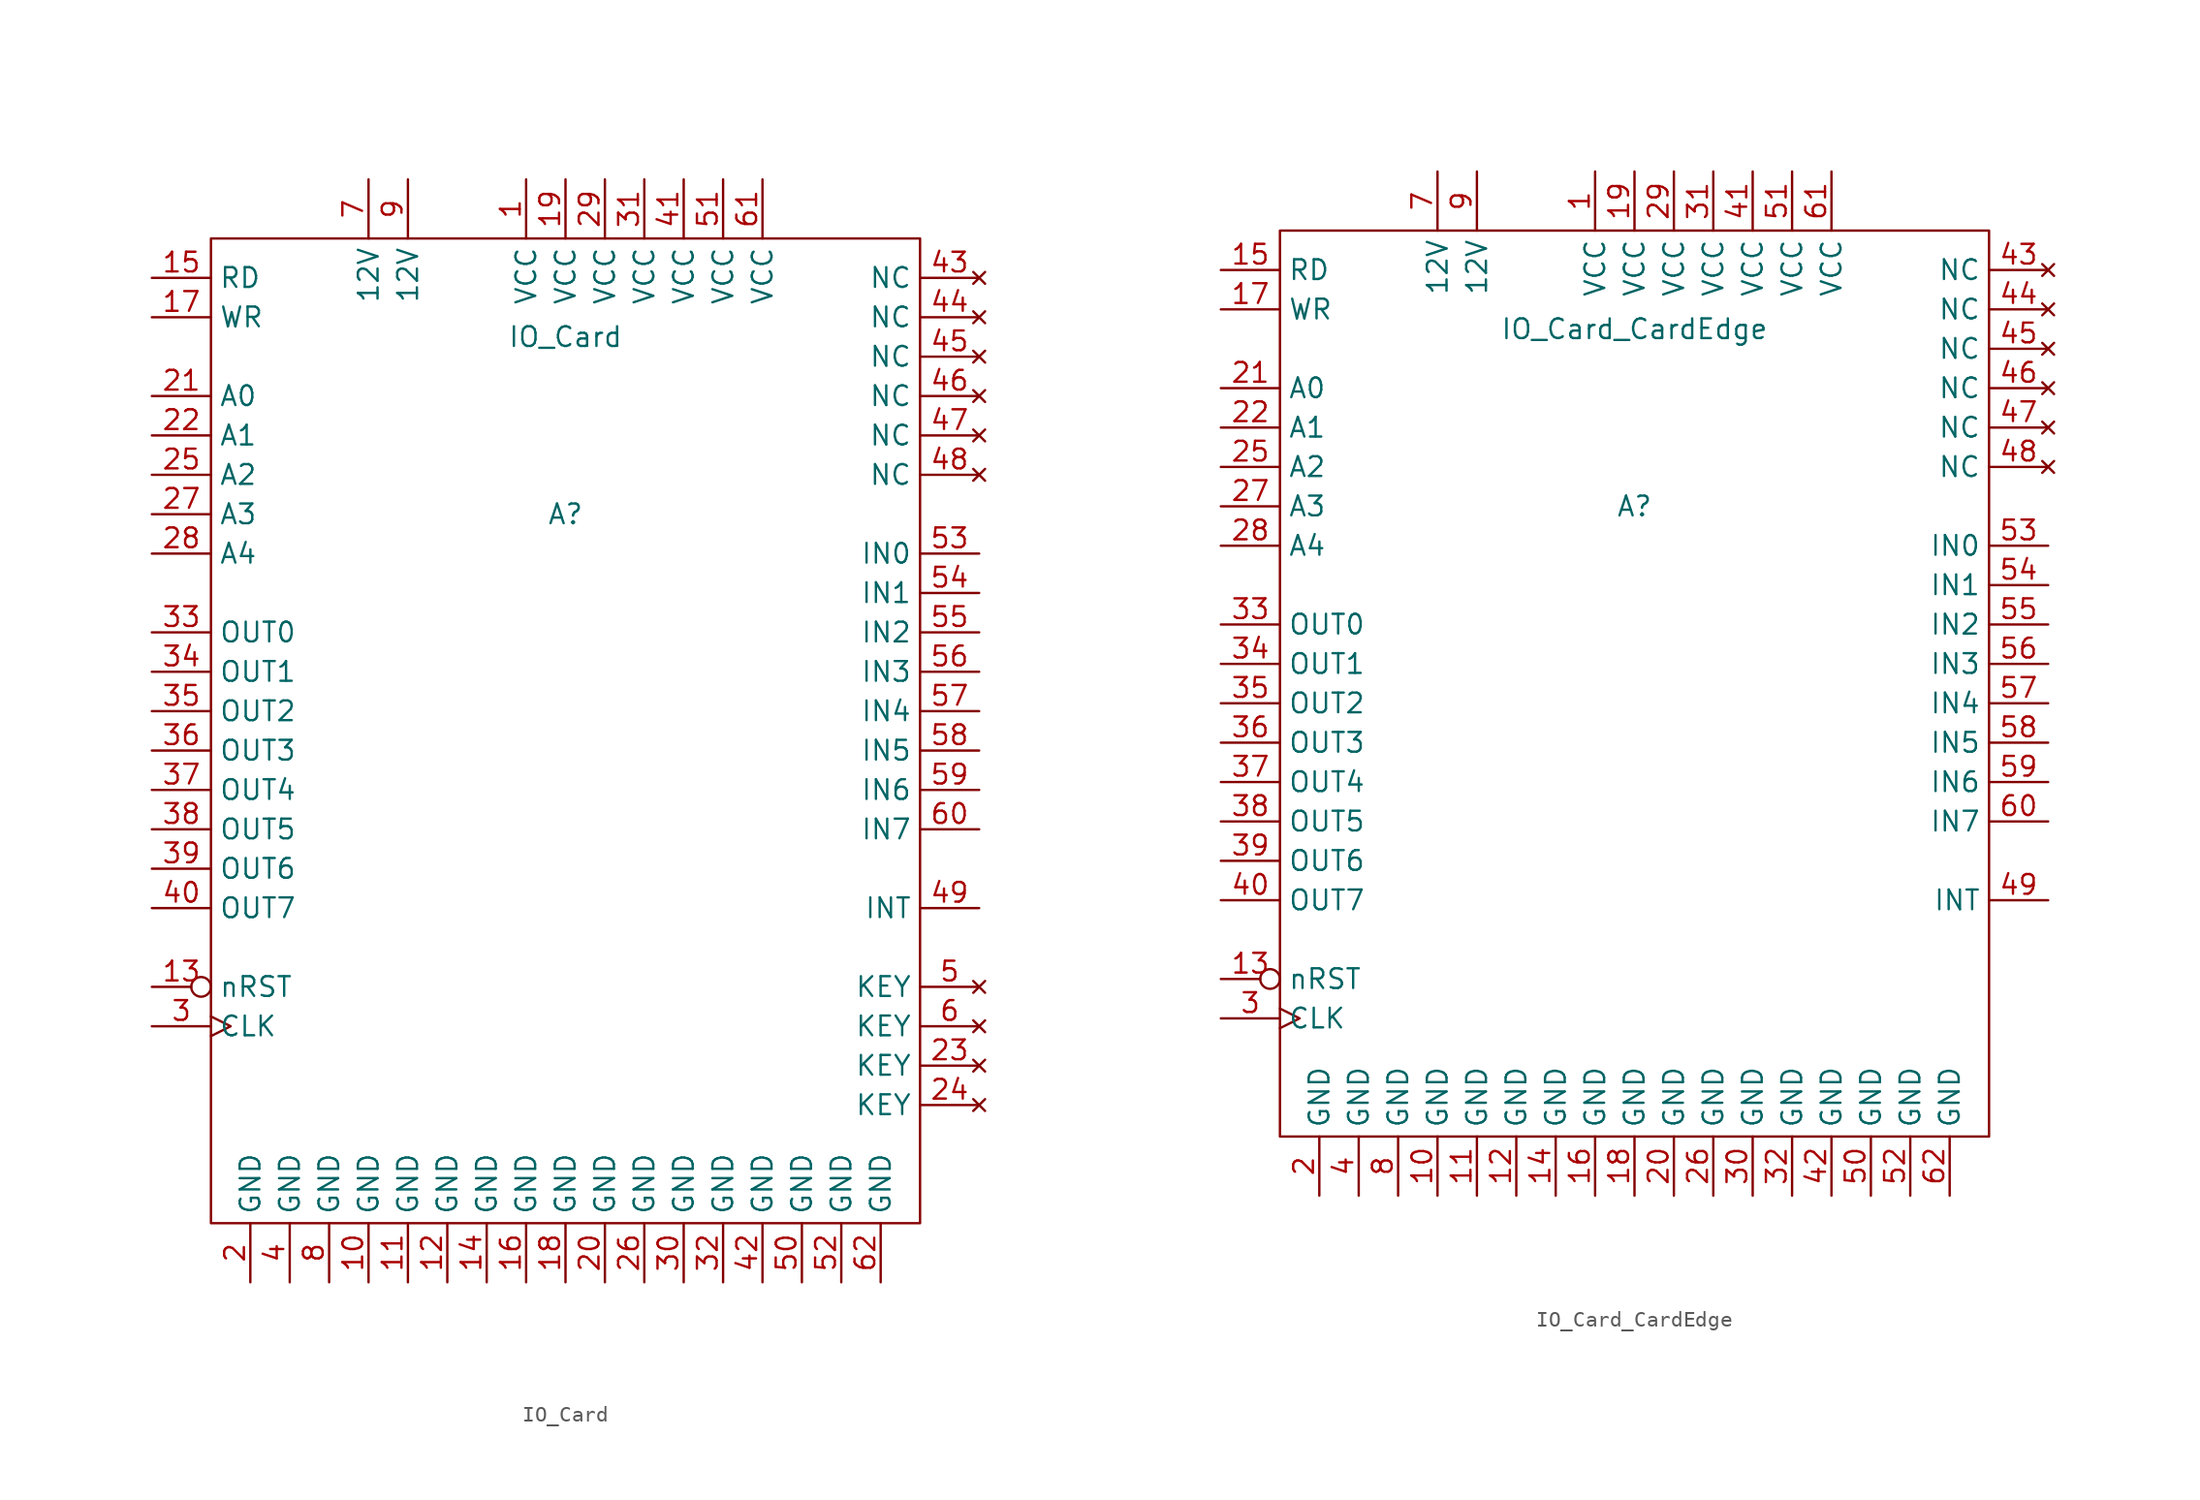
<source format=kicad_sym>
(kicad_symbol_lib
  (version 20231120)
  (generator "kicad_symbol_editor")
  (generator_version "8.0")
  (symbol "IO_Card"
    (property "Reference" "A"
      (at 0 0 0)
      (effects (font (size 1.27 1.27))))
    (property "Value" "IO_Card"
      (at 0 11.43 0)
      (effects (font (size 1.27 1.27))))
    (symbol "IO_Card_0_1"
      (rectangle (start -22.86 17.78) (end 22.86 -45.72) (stroke (width 0) (type default)) (fill (type none))))
    (symbol "IO_Card_1_1"
      (pin power_in line (at -2.54 21.59 270) (length 3.81) (name "VCC" (effects (font (size 1.27 1.27)))) (number "1" (effects (font (size 1.27 1.27)))))
      (pin power_in line (at -12.7 -49.53 90) (length 3.81) (name "GND" (effects (font (size 1.27 1.27)))) (number "10" (effects (font (size 1.27 1.27)))))
      (pin power_in line (at -10.16 -49.53 90) (length 3.81) (name "GND" (effects (font (size 1.27 1.27)))) (number "11" (effects (font (size 1.27 1.27)))))
      (pin power_in line (at -7.62 -49.53 90) (length 3.81) (name "GND" (effects (font (size 1.27 1.27)))) (number "12" (effects (font (size 1.27 1.27)))))
      (pin input inverted (at -26.67 -30.48 0) (length 3.81) (name "nRST" (effects (font (size 1.27 1.27)))) (number "13" (effects (font (size 1.27 1.27)))))
      (pin power_in line (at -5.08 -49.53 90) (length 3.81) (name "GND" (effects (font (size 1.27 1.27)))) (number "14" (effects (font (size 1.27 1.27)))))
      (pin input line (at -26.67 15.24 0) (length 3.81) (name "RD" (effects (font (size 1.27 1.27)))) (number "15" (effects (font (size 1.27 1.27)))))
      (pin power_in line (at -2.54 -49.53 90) (length 3.81) (name "GND" (effects (font (size 1.27 1.27)))) (number "16" (effects (font (size 1.27 1.27)))))
      (pin input line (at -26.67 12.7 0) (length 3.81) (name "WR" (effects (font (size 1.27 1.27)))) (number "17" (effects (font (size 1.27 1.27)))))
      (pin power_in line (at 0 -49.53 90) (length 3.81) (name "GND" (effects (font (size 1.27 1.27)))) (number "18" (effects (font (size 1.27 1.27)))))
      (pin power_in line (at 0 21.59 270) (length 3.81) (name "VCC" (effects (font (size 1.27 1.27)))) (number "19" (effects (font (size 1.27 1.27)))))
      (pin power_in line (at -20.32 -49.53 90) (length 3.81) (name "GND" (effects (font (size 1.27 1.27)))) (number "2" (effects (font (size 1.27 1.27)))))
      (pin power_in line (at 2.54 -49.53 90) (length 3.81) (name "GND" (effects (font (size 1.27 1.27)))) (number "20" (effects (font (size 1.27 1.27)))))
      (pin input line (at -26.67 7.62 0) (length 3.81) (name "A0" (effects (font (size 1.27 1.27)))) (number "21" (effects (font (size 1.27 1.27)))))
      (pin input line (at -26.67 5.08 0) (length 3.81) (name "A1" (effects (font (size 1.27 1.27)))) (number "22" (effects (font (size 1.27 1.27)))))
      (pin no_connect line (at 26.67 -35.56 180) (length 3.81) (name "KEY" (effects (font (size 1.27 1.27)))) (number "23" (effects (font (size 1.27 1.27)))))
      (pin no_connect line (at 26.67 -38.1 180) (length 3.81) (name "KEY" (effects (font (size 1.27 1.27)))) (number "24" (effects (font (size 1.27 1.27)))))
      (pin input line (at -26.67 2.54 0) (length 3.81) (name "A2" (effects (font (size 1.27 1.27)))) (number "25" (effects (font (size 1.27 1.27)))))
      (pin power_in line (at 5.08 -49.53 90) (length 3.81) (name "GND" (effects (font (size 1.27 1.27)))) (number "26" (effects (font (size 1.27 1.27)))))
      (pin input line (at -26.67 0 0) (length 3.81) (name "A3" (effects (font (size 1.27 1.27)))) (number "27" (effects (font (size 1.27 1.27)))))
      (pin input line (at -26.67 -2.54 0) (length 3.81) (name "A4" (effects (font (size 1.27 1.27)))) (number "28" (effects (font (size 1.27 1.27)))))
      (pin power_in line (at 2.54 21.59 270) (length 3.81) (name "VCC" (effects (font (size 1.27 1.27)))) (number "29" (effects (font (size 1.27 1.27)))))
      (pin input clock (at -26.67 -33.02 0) (length 3.81) (name "CLK" (effects (font (size 1.27 1.27)))) (number "3" (effects (font (size 1.27 1.27)))))
      (pin power_in line (at 7.62 -49.53 90) (length 3.81) (name "GND" (effects (font (size 1.27 1.27)))) (number "30" (effects (font (size 1.27 1.27)))))
      (pin power_in line (at 5.08 21.59 270) (length 3.81) (name "VCC" (effects (font (size 1.27 1.27)))) (number "31" (effects (font (size 1.27 1.27)))))
      (pin power_in line (at 10.16 -49.53 90) (length 3.81) (name "GND" (effects (font (size 1.27 1.27)))) (number "32" (effects (font (size 1.27 1.27)))))
      (pin input line (at -26.67 -7.62 0) (length 3.81) (name "OUT0" (effects (font (size 1.27 1.27)))) (number "33" (effects (font (size 1.27 1.27)))))
      (pin input line (at -26.67 -10.16 0) (length 3.81) (name "OUT1" (effects (font (size 1.27 1.27)))) (number "34" (effects (font (size 1.27 1.27)))))
      (pin input line (at -26.67 -12.7 0) (length 3.81) (name "OUT2" (effects (font (size 1.27 1.27)))) (number "35" (effects (font (size 1.27 1.27)))))
      (pin input line (at -26.67 -15.24 0) (length 3.81) (name "OUT3" (effects (font (size 1.27 1.27)))) (number "36" (effects (font (size 1.27 1.27)))))
      (pin input line (at -26.67 -17.78 0) (length 3.81) (name "OUT4" (effects (font (size 1.27 1.27)))) (number "37" (effects (font (size 1.27 1.27)))))
      (pin input line (at -26.67 -20.32 0) (length 3.81) (name "OUT5" (effects (font (size 1.27 1.27)))) (number "38" (effects (font (size 1.27 1.27)))))
      (pin input line (at -26.67 -22.86 0) (length 3.81) (name "OUT6" (effects (font (size 1.27 1.27)))) (number "39" (effects (font (size 1.27 1.27)))))
      (pin power_in line (at -17.78 -49.53 90) (length 3.81) (name "GND" (effects (font (size 1.27 1.27)))) (number "4" (effects (font (size 1.27 1.27)))))
      (pin input line (at -26.67 -25.4 0) (length 3.81) (name "OUT7" (effects (font (size 1.27 1.27)))) (number "40" (effects (font (size 1.27 1.27)))))
      (pin power_in line (at 7.62 21.59 270) (length 3.81) (name "VCC" (effects (font (size 1.27 1.27)))) (number "41" (effects (font (size 1.27 1.27)))))
      (pin power_in line (at 12.7 -49.53 90) (length 3.81) (name "GND" (effects (font (size 1.27 1.27)))) (number "42" (effects (font (size 1.27 1.27)))))
      (pin no_connect line (at 26.67 15.24 180) (length 3.81) (name "NC" (effects (font (size 1.27 1.27)))) (number "43" (effects (font (size 1.27 1.27)))))
      (pin no_connect line (at 26.67 12.7 180) (length 3.81) (name "NC" (effects (font (size 1.27 1.27)))) (number "44" (effects (font (size 1.27 1.27)))))
      (pin no_connect line (at 26.67 10.16 180) (length 3.81) (name "NC" (effects (font (size 1.27 1.27)))) (number "45" (effects (font (size 1.27 1.27)))))
      (pin no_connect line (at 26.67 7.62 180) (length 3.81) (name "NC" (effects (font (size 1.27 1.27)))) (number "46" (effects (font (size 1.27 1.27)))))
      (pin no_connect line (at 26.67 5.08 180) (length 3.81) (name "NC" (effects (font (size 1.27 1.27)))) (number "47" (effects (font (size 1.27 1.27)))))
      (pin no_connect line (at 26.67 2.54 180) (length 3.81) (name "NC" (effects (font (size 1.27 1.27)))) (number "48" (effects (font (size 1.27 1.27)))))
      (pin output line (at 26.67 -25.4 180) (length 3.81) (name "INT" (effects (font (size 1.27 1.27)))) (number "49" (effects (font (size 1.27 1.27)))))
      (pin no_connect line (at 26.67 -30.48 180) (length 3.81) (name "KEY" (effects (font (size 1.27 1.27)))) (number "5" (effects (font (size 1.27 1.27)))))
      (pin power_in line (at 15.24 -49.53 90) (length 3.81) (name "GND" (effects (font (size 1.27 1.27)))) (number "50" (effects (font (size 1.27 1.27)))))
      (pin power_in line (at 10.16 21.59 270) (length 3.81) (name "VCC" (effects (font (size 1.27 1.27)))) (number "51" (effects (font (size 1.27 1.27)))))
      (pin power_in line (at 17.78 -49.53 90) (length 3.81) (name "GND" (effects (font (size 1.27 1.27)))) (number "52" (effects (font (size 1.27 1.27)))))
      (pin output line (at 26.67 -2.54 180) (length 3.81) (name "IN0" (effects (font (size 1.27 1.27)))) (number "53" (effects (font (size 1.27 1.27)))))
      (pin output line (at 26.67 -5.08 180) (length 3.81) (name "IN1" (effects (font (size 1.27 1.27)))) (number "54" (effects (font (size 1.27 1.27)))))
      (pin output line (at 26.67 -7.62 180) (length 3.81) (name "IN2" (effects (font (size 1.27 1.27)))) (number "55" (effects (font (size 1.27 1.27)))))
      (pin output line (at 26.67 -10.16 180) (length 3.81) (name "IN3" (effects (font (size 1.27 1.27)))) (number "56" (effects (font (size 1.27 1.27)))))
      (pin output line (at 26.67 -12.7 180) (length 3.81) (name "IN4" (effects (font (size 1.27 1.27)))) (number "57" (effects (font (size 1.27 1.27)))))
      (pin output line (at 26.67 -15.24 180) (length 3.81) (name "IN5" (effects (font (size 1.27 1.27)))) (number "58" (effects (font (size 1.27 1.27)))))
      (pin output line (at 26.67 -17.78 180) (length 3.81) (name "IN6" (effects (font (size 1.27 1.27)))) (number "59" (effects (font (size 1.27 1.27)))))
      (pin no_connect line (at 26.67 -33.02 180) (length 3.81) (name "KEY" (effects (font (size 1.27 1.27)))) (number "6" (effects (font (size 1.27 1.27)))))
      (pin output line (at 26.67 -20.32 180) (length 3.81) (name "IN7" (effects (font (size 1.27 1.27)))) (number "60" (effects (font (size 1.27 1.27)))))
      (pin power_in line (at 12.7 21.59 270) (length 3.81) (name "VCC" (effects (font (size 1.27 1.27)))) (number "61" (effects (font (size 1.27 1.27)))))
      (pin power_in line (at 20.32 -49.53 90) (length 3.81) (name "GND" (effects (font (size 1.27 1.27)))) (number "62" (effects (font (size 1.27 1.27)))))
      (pin power_in line (at -12.7 21.59 270) (length 3.81) (name "12V" (effects (font (size 1.27 1.27)))) (number "7" (effects (font (size 1.27 1.27)))))
      (pin power_in line (at -15.24 -49.53 90) (length 3.81) (name "GND" (effects (font (size 1.27 1.27)))) (number "8" (effects (font (size 1.27 1.27)))))
      (pin power_in line (at -10.16 21.59 270) (length 3.81) (name "12V" (effects (font (size 1.27 1.27)))) (number "9" (effects (font (size 1.27 1.27)))))))
  (symbol "IO_Card_CardEdge"
    (property "Reference" "A"
      (at 0 0 0)
      (effects (font (size 1.27 1.27))))
    (property "Value" "IO_Card_CardEdge"
      (at 0 11.43 0)
      (effects (font (size 1.27 1.27))))
    (symbol "IO_Card_CardEdge_0_1"
      (rectangle (start -22.86 17.78) (end 22.86 -40.64) (stroke (width 0) (type default)) (fill (type none))))
    (symbol "IO_Card_CardEdge_1_1"
      (pin power_out line (at -2.54 21.59 270) (length 3.81) (name "VCC" (effects (font (size 1.27 1.27)))) (number "1" (effects (font (size 1.27 1.27)))))
      (pin power_out line (at -12.7 -44.45 90) (length 3.81) (name "GND" (effects (font (size 1.27 1.27)))) (number "10" (effects (font (size 1.27 1.27)))))
      (pin power_out line (at -10.16 -44.45 90) (length 3.81) (name "GND" (effects (font (size 1.27 1.27)))) (number "11" (effects (font (size 1.27 1.27)))))
      (pin power_out line (at -7.62 -44.45 90) (length 3.81) (name "GND" (effects (font (size 1.27 1.27)))) (number "12" (effects (font (size 1.27 1.27)))))
      (pin output inverted (at -26.67 -30.48 0) (length 3.81) (name "nRST" (effects (font (size 1.27 1.27)))) (number "13" (effects (font (size 1.27 1.27)))))
      (pin power_out line (at -5.08 -44.45 90) (length 3.81) (name "GND" (effects (font (size 1.27 1.27)))) (number "14" (effects (font (size 1.27 1.27)))))
      (pin output line (at -26.67 15.24 0) (length 3.81) (name "RD" (effects (font (size 1.27 1.27)))) (number "15" (effects (font (size 1.27 1.27)))))
      (pin power_out line (at -2.54 -44.45 90) (length 3.81) (name "GND" (effects (font (size 1.27 1.27)))) (number "16" (effects (font (size 1.27 1.27)))))
      (pin output line (at -26.67 12.7 0) (length 3.81) (name "WR" (effects (font (size 1.27 1.27)))) (number "17" (effects (font (size 1.27 1.27)))))
      (pin power_out line (at 0 -44.45 90) (length 3.81) (name "GND" (effects (font (size 1.27 1.27)))) (number "18" (effects (font (size 1.27 1.27)))))
      (pin power_out line (at 0 21.59 270) (length 3.81) (name "VCC" (effects (font (size 1.27 1.27)))) (number "19" (effects (font (size 1.27 1.27)))))
      (pin power_out line (at -20.32 -44.45 90) (length 3.81) (name "GND" (effects (font (size 1.27 1.27)))) (number "2" (effects (font (size 1.27 1.27)))))
      (pin power_out line (at 2.54 -44.45 90) (length 3.81) (name "GND" (effects (font (size 1.27 1.27)))) (number "20" (effects (font (size 1.27 1.27)))))
      (pin output line (at -26.67 7.62 0) (length 3.81) (name "A0" (effects (font (size 1.27 1.27)))) (number "21" (effects (font (size 1.27 1.27)))))
      (pin output line (at -26.67 5.08 0) (length 3.81) (name "A1" (effects (font (size 1.27 1.27)))) (number "22" (effects (font (size 1.27 1.27)))))
      (pin output line (at -26.67 2.54 0) (length 3.81) (name "A2" (effects (font (size 1.27 1.27)))) (number "25" (effects (font (size 1.27 1.27)))))
      (pin power_out line (at 5.08 -44.45 90) (length 3.81) (name "GND" (effects (font (size 1.27 1.27)))) (number "26" (effects (font (size 1.27 1.27)))))
      (pin output line (at -26.67 0 0) (length 3.81) (name "A3" (effects (font (size 1.27 1.27)))) (number "27" (effects (font (size 1.27 1.27)))))
      (pin output line (at -26.67 -2.54 0) (length 3.81) (name "A4" (effects (font (size 1.27 1.27)))) (number "28" (effects (font (size 1.27 1.27)))))
      (pin power_out line (at 2.54 21.59 270) (length 3.81) (name "VCC" (effects (font (size 1.27 1.27)))) (number "29" (effects (font (size 1.27 1.27)))))
      (pin output clock (at -26.67 -33.02 0) (length 3.81) (name "CLK" (effects (font (size 1.27 1.27)))) (number "3" (effects (font (size 1.27 1.27)))))
      (pin power_out line (at 7.62 -44.45 90) (length 3.81) (name "GND" (effects (font (size 1.27 1.27)))) (number "30" (effects (font (size 1.27 1.27)))))
      (pin power_out line (at 5.08 21.59 270) (length 3.81) (name "VCC" (effects (font (size 1.27 1.27)))) (number "31" (effects (font (size 1.27 1.27)))))
      (pin power_out line (at 10.16 -44.45 90) (length 3.81) (name "GND" (effects (font (size 1.27 1.27)))) (number "32" (effects (font (size 1.27 1.27)))))
      (pin output line (at -26.67 -7.62 0) (length 3.81) (name "OUT0" (effects (font (size 1.27 1.27)))) (number "33" (effects (font (size 1.27 1.27)))))
      (pin output line (at -26.67 -10.16 0) (length 3.81) (name "OUT1" (effects (font (size 1.27 1.27)))) (number "34" (effects (font (size 1.27 1.27)))))
      (pin output line (at -26.67 -12.7 0) (length 3.81) (name "OUT2" (effects (font (size 1.27 1.27)))) (number "35" (effects (font (size 1.27 1.27)))))
      (pin output line (at -26.67 -15.24 0) (length 3.81) (name "OUT3" (effects (font (size 1.27 1.27)))) (number "36" (effects (font (size 1.27 1.27)))))
      (pin output line (at -26.67 -17.78 0) (length 3.81) (name "OUT4" (effects (font (size 1.27 1.27)))) (number "37" (effects (font (size 1.27 1.27)))))
      (pin output line (at -26.67 -20.32 0) (length 3.81) (name "OUT5" (effects (font (size 1.27 1.27)))) (number "38" (effects (font (size 1.27 1.27)))))
      (pin output line (at -26.67 -22.86 0) (length 3.81) (name "OUT6" (effects (font (size 1.27 1.27)))) (number "39" (effects (font (size 1.27 1.27)))))
      (pin power_out line (at -17.78 -44.45 90) (length 3.81) (name "GND" (effects (font (size 1.27 1.27)))) (number "4" (effects (font (size 1.27 1.27)))))
      (pin output line (at -26.67 -25.4 0) (length 3.81) (name "OUT7" (effects (font (size 1.27 1.27)))) (number "40" (effects (font (size 1.27 1.27)))))
      (pin power_out line (at 7.62 21.59 270) (length 3.81) (name "VCC" (effects (font (size 1.27 1.27)))) (number "41" (effects (font (size 1.27 1.27)))))
      (pin power_out line (at 12.7 -44.45 90) (length 3.81) (name "GND" (effects (font (size 1.27 1.27)))) (number "42" (effects (font (size 1.27 1.27)))))
      (pin no_connect line (at 26.67 15.24 180) (length 3.81) (name "NC" (effects (font (size 1.27 1.27)))) (number "43" (effects (font (size 1.27 1.27)))))
      (pin no_connect line (at 26.67 12.7 180) (length 3.81) (name "NC" (effects (font (size 1.27 1.27)))) (number "44" (effects (font (size 1.27 1.27)))))
      (pin no_connect line (at 26.67 10.16 180) (length 3.81) (name "NC" (effects (font (size 1.27 1.27)))) (number "45" (effects (font (size 1.27 1.27)))))
      (pin no_connect line (at 26.67 7.62 180) (length 3.81) (name "NC" (effects (font (size 1.27 1.27)))) (number "46" (effects (font (size 1.27 1.27)))))
      (pin no_connect line (at 26.67 5.08 180) (length 3.81) (name "NC" (effects (font (size 1.27 1.27)))) (number "47" (effects (font (size 1.27 1.27)))))
      (pin no_connect line (at 26.67 2.54 180) (length 3.81) (name "NC" (effects (font (size 1.27 1.27)))) (number "48" (effects (font (size 1.27 1.27)))))
      (pin input line (at 26.67 -25.4 180) (length 3.81) (name "INT" (effects (font (size 1.27 1.27)))) (number "49" (effects (font (size 1.27 1.27)))))
      (pin power_out line (at 15.24 -44.45 90) (length 3.81) (name "GND" (effects (font (size 1.27 1.27)))) (number "50" (effects (font (size 1.27 1.27)))))
      (pin power_out line (at 10.16 21.59 270) (length 3.81) (name "VCC" (effects (font (size 1.27 1.27)))) (number "51" (effects (font (size 1.27 1.27)))))
      (pin power_out line (at 17.78 -44.45 90) (length 3.81) (name "GND" (effects (font (size 1.27 1.27)))) (number "52" (effects (font (size 1.27 1.27)))))
      (pin input line (at 26.67 -2.54 180) (length 3.81) (name "IN0" (effects (font (size 1.27 1.27)))) (number "53" (effects (font (size 1.27 1.27)))))
      (pin input line (at 26.67 -5.08 180) (length 3.81) (name "IN1" (effects (font (size 1.27 1.27)))) (number "54" (effects (font (size 1.27 1.27)))))
      (pin input line (at 26.67 -7.62 180) (length 3.81) (name "IN2" (effects (font (size 1.27 1.27)))) (number "55" (effects (font (size 1.27 1.27)))))
      (pin input line (at 26.67 -10.16 180) (length 3.81) (name "IN3" (effects (font (size 1.27 1.27)))) (number "56" (effects (font (size 1.27 1.27)))))
      (pin input line (at 26.67 -12.7 180) (length 3.81) (name "IN4" (effects (font (size 1.27 1.27)))) (number "57" (effects (font (size 1.27 1.27)))))
      (pin input line (at 26.67 -15.24 180) (length 3.81) (name "IN5" (effects (font (size 1.27 1.27)))) (number "58" (effects (font (size 1.27 1.27)))))
      (pin input line (at 26.67 -17.78 180) (length 3.81) (name "IN6" (effects (font (size 1.27 1.27)))) (number "59" (effects (font (size 1.27 1.27)))))
      (pin input line (at 26.67 -20.32 180) (length 3.81) (name "IN7" (effects (font (size 1.27 1.27)))) (number "60" (effects (font (size 1.27 1.27)))))
      (pin power_out line (at 12.7 21.59 270) (length 3.81) (name "VCC" (effects (font (size 1.27 1.27)))) (number "61" (effects (font (size 1.27 1.27)))))
      (pin power_out line (at 20.32 -44.45 90) (length 3.81) (name "GND" (effects (font (size 1.27 1.27)))) (number "62" (effects (font (size 1.27 1.27)))))
      (pin power_out line (at -12.7 21.59 270) (length 3.81) (name "12V" (effects (font (size 1.27 1.27)))) (number "7" (effects (font (size 1.27 1.27)))))
      (pin power_out line (at -15.24 -44.45 90) (length 3.81) (name "GND" (effects (font (size 1.27 1.27)))) (number "8" (effects (font (size 1.27 1.27)))))
      (pin power_out line (at -10.16 21.59 270) (length 3.81) (name "12V" (effects (font (size 1.27 1.27)))) (number "9" (effects (font (size 1.27 1.27))))))))
</source>
